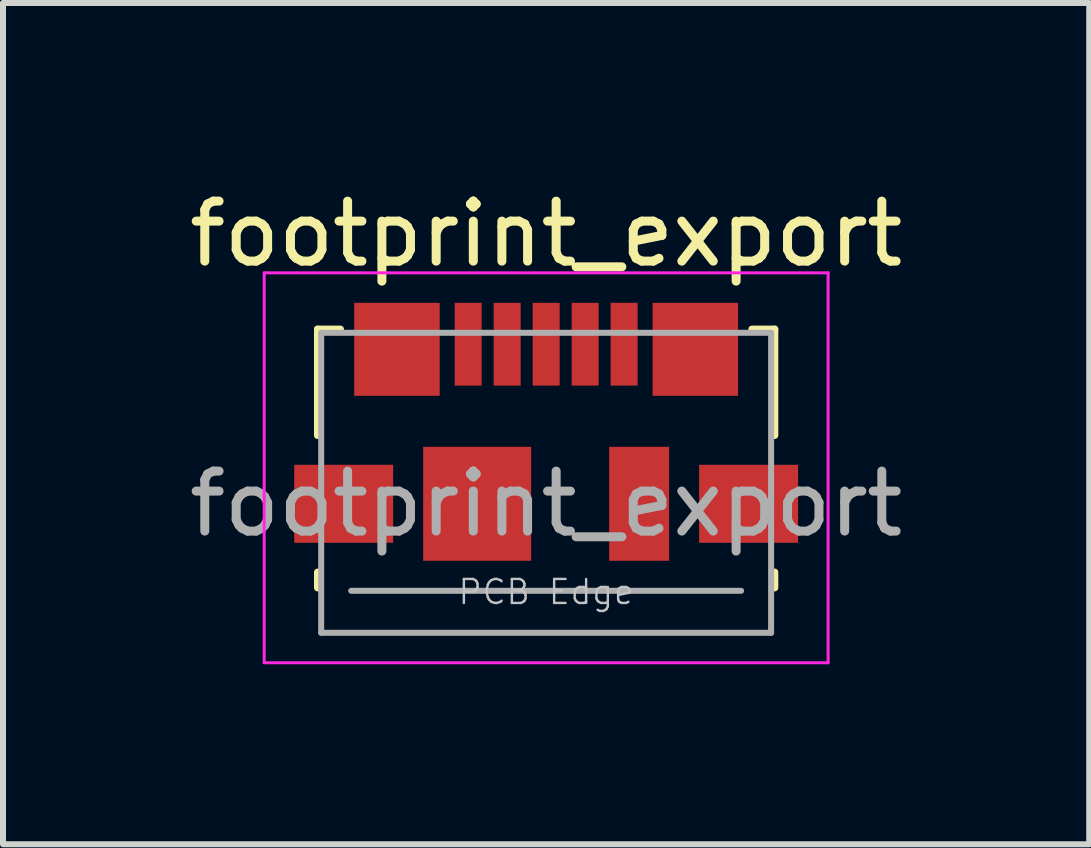
<source format=kicad_pcb>
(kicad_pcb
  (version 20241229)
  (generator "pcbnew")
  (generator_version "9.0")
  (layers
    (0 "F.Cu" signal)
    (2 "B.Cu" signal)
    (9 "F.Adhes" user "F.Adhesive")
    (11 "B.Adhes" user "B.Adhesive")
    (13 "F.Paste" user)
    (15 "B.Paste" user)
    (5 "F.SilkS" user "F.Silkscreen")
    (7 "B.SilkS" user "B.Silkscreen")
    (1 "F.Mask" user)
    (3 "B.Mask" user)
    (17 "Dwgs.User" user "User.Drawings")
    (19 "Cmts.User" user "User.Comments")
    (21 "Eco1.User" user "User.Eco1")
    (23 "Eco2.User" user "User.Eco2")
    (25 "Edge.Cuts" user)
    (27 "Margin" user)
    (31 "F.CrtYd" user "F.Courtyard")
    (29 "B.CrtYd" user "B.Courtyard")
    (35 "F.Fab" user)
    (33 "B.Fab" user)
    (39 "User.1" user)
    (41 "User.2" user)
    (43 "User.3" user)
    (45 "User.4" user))
  (footprint "footprint_export"
    (layer "F.Cu")
    (at 6.054 4.148)
    (property "Reference" "footprint_export" (at 0 -3.3 180) (layer "F.SilkS") (effects (font (size 1 1) (thickness 0.15))))
    (attr smd)
    (fp_line (start -3.81 -1.71) (end -3.43 -1.71) (stroke (width 0.12) (type solid)) (layer "F.SilkS"))
    (fp_line (start -3.81 0.06) (end -3.81 -1.71) (stroke (width 0.12) (type solid)) (layer "F.SilkS"))
    (fp_line (start -3.81 2.6) (end -3.81 2.34) (stroke (width 0.12) (type solid)) (layer "F.SilkS"))
    (fp_line (start 3.81 -1.71) (end 3.43 -1.71) (stroke (width 0.12) (type solid)) (layer "F.SilkS"))
    (fp_line (start 3.81 -1.71) (end 3.81 0.06) (stroke (width 0.12) (type solid)) (layer "F.SilkS"))
    (fp_line (start 3.81 2.34) (end 3.81 2.6) (stroke (width 0.12) (type solid)) (layer "F.SilkS"))
    (fp_line (start -4.7 -2.65) (end 4.7 -2.65) (stroke (width 0.05) (type solid)) (layer "F.CrtYd"))
    (fp_line (start -4.7 3.85) (end -4.7 -2.65) (stroke (width 0.05) (type solid)) (layer "F.CrtYd"))
    (fp_line (start 4.7 -2.65) (end 4.7 3.85) (stroke (width 0.05) (type solid)) (layer "F.CrtYd"))
    (fp_line (start 4.7 3.85) (end -4.7 3.85) (stroke (width 0.05) (type solid)) (layer "F.CrtYd"))
    (fp_line (start -3.75 -1.65) (end 3.75 -1.65) (stroke (width 0.1) (type solid)) (layer "F.Fab"))
    (fp_line (start -3.75 3.35) (end -3.75 -1.65) (stroke (width 0.1) (type solid)) (layer "F.Fab"))
    (fp_line (start -3.25 2.65) (end 3.25 2.65) (stroke (width 0.1) (type solid)) (layer "F.Fab"))
    (fp_line (start 3.75 -1.65) (end 3.75 3.35) (stroke (width 0.1) (type solid)) (layer "F.Fab"))
    (fp_line (start 3.75 3.35) (end -3.75 3.35) (stroke (width 0.1) (type solid)) (layer "F.Fab"))
    (fp_text user "PCB Edge" (at 0 2.67 180) (layer "Dwgs.User") (effects (font (size 0.4 0.4) (thickness 0.04))))
    (fp_text user "${REFERENCE}" (at 0 1.2 0) (layer "F.Fab") (effects (font (size 1 1) (thickness 0.15))))
    (pad "1" smd rect (at -1.3 -1.46) (size 0.45 1.38) (layers "F.Cu" "F.Mask" "F.Paste"))
    (pad "2" smd rect (at -0.65 -1.46) (size 0.45 1.38) (layers "F.Cu" "F.Mask" "F.Paste"))
    (pad "3" smd rect (at 0 -1.46) (size 0.45 1.38) (layers "F.Cu" "F.Mask" "F.Paste"))
    (pad "4" smd rect (at 0.65 -1.46) (size 0.45 1.38) (layers "F.Cu" "F.Mask" "F.Paste"))
    (pad "5" smd rect (at 1.3 -1.46) (size 0.45 1.38) (layers "F.Cu" "F.Mask" "F.Paste"))
    (pad "6" smd rect (at -3.375 1.2) (size 1.65 1.3) (layers "F.Cu" "F.Mask" "F.Paste"))
    (pad "6" smd rect (at -2.487 -1.375) (size 1.425 1.55) (layers "F.Cu" "F.Mask" "F.Paste"))
    (pad "6" smd rect (at -1.15 1.2) (size 1.8 1.9) (layers "F.Cu" "F.Mask" "F.Paste"))
    (pad "6" smd rect (at 1.55 1.2) (size 1 1.9) (layers "F.Cu" "F.Mask" "F.Paste"))
    (pad "6" smd rect (at 2.487 -1.375) (size 1.425 1.55) (layers "F.Cu" "F.Mask" "F.Paste"))
    (pad "6" smd rect (at 3.375 1.2) (size 1.65 1.3) (layers "F.Cu" "F.Mask" "F.Paste")))
  (gr_rect
    (start -3 -3)
    (end 15.107 11.023)
    (stroke (width 0.1) (type default))
    (fill no)
    (layer "Edge.Cuts")))
</source>
